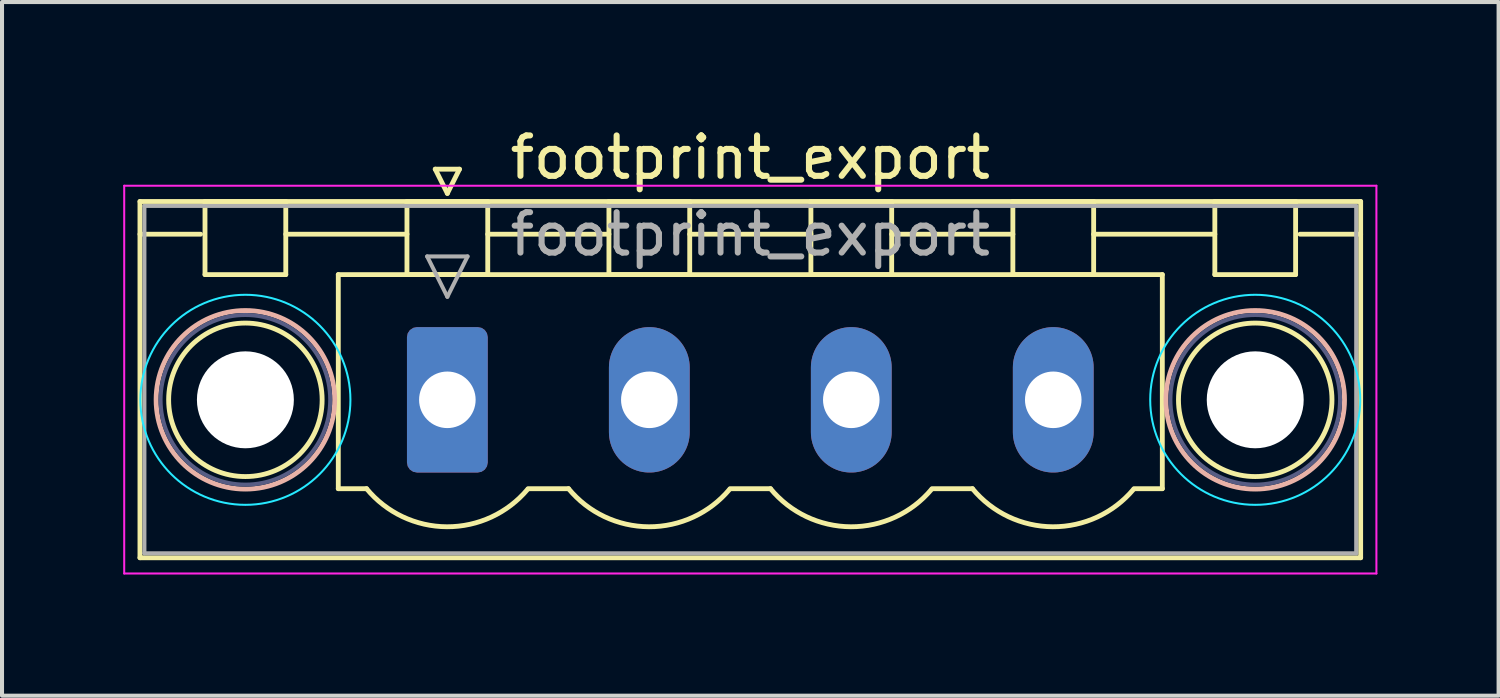
<source format=kicad_pcb>
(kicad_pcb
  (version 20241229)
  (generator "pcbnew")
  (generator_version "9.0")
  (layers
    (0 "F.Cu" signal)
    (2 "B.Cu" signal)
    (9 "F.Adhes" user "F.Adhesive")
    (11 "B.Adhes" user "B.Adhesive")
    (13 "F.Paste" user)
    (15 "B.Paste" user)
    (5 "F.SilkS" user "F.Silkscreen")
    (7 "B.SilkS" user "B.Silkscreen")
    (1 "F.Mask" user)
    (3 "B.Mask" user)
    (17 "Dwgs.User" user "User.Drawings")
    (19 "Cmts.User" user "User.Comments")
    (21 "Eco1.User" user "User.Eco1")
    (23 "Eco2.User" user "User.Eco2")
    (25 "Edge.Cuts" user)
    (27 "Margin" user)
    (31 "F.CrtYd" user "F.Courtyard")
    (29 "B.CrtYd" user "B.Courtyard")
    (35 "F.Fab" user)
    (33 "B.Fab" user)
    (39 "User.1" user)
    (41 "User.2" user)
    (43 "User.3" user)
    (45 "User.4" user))
  (footprint "footprint_export"
    (layer "F.Cu")
    (at 8.025 6.848)
    (property "Reference" "footprint_export" (at 7.5 -6 0) (layer "F.SilkS") (effects (font (size 1 1) (thickness 0.15))))
    (attr through_hole)
    (fp_line (start -7.61 -4.91) (end -7.61 3.91) (stroke (width 0.12) (type solid)) (layer "F.SilkS"))
    (fp_line (start -7.61 -4.1) (end -6.11 -4.1) (stroke (width 0.12) (type solid)) (layer "F.SilkS"))
    (fp_line (start -7.61 3.91) (end 22.61 3.91) (stroke (width 0.12) (type solid)) (layer "F.SilkS"))
    (fp_line (start -6 -4.91) (end -4 -4.91) (stroke (width 0.12) (type solid)) (layer "F.SilkS"))
    (fp_line (start -6 -3.1) (end -6 -4.91) (stroke (width 0.12) (type solid)) (layer "F.SilkS"))
    (fp_line (start -4 -4.91) (end -4 -3.1) (stroke (width 0.12) (type solid)) (layer "F.SilkS"))
    (fp_line (start -4 -4.1) (end -1 -4.1) (stroke (width 0.12) (type solid)) (layer "F.SilkS"))
    (fp_line (start -4 -3.1) (end -6 -3.1) (stroke (width 0.12) (type solid)) (layer "F.SilkS"))
    (fp_line (start -2.7 -3.1) (end 17.7 -3.1) (stroke (width 0.12) (type solid)) (layer "F.SilkS"))
    (fp_line (start -2.7 2.2) (end -2.7 -3.1) (stroke (width 0.12) (type solid)) (layer "F.SilkS"))
    (fp_line (start -2 2.2) (end -2.7 2.2) (stroke (width 0.12) (type solid)) (layer "F.SilkS"))
    (fp_line (start -1 -4.91) (end 1 -4.91) (stroke (width 0.12) (type solid)) (layer "F.SilkS"))
    (fp_line (start -1 -3.1) (end -1 -4.91) (stroke (width 0.12) (type solid)) (layer "F.SilkS"))
    (fp_line (start -0.3 -5.71) (end 0.3 -5.71) (stroke (width 0.12) (type solid)) (layer "F.SilkS"))
    (fp_line (start 0 -5.11) (end -0.3 -5.71) (stroke (width 0.12) (type solid)) (layer "F.SilkS"))
    (fp_line (start 0.3 -5.71) (end 0 -5.11) (stroke (width 0.12) (type solid)) (layer "F.SilkS"))
    (fp_line (start 1 -4.91) (end 1 -3.1) (stroke (width 0.12) (type solid)) (layer "F.SilkS"))
    (fp_line (start 1 -4.1) (end 4 -4.1) (stroke (width 0.12) (type solid)) (layer "F.SilkS"))
    (fp_line (start 1 -3.1) (end -1 -3.1) (stroke (width 0.12) (type solid)) (layer "F.SilkS"))
    (fp_line (start 2 2.2) (end 3 2.2) (stroke (width 0.12) (type solid)) (layer "F.SilkS"))
    (fp_line (start 4 -4.91) (end 6 -4.91) (stroke (width 0.12) (type solid)) (layer "F.SilkS"))
    (fp_line (start 4 -3.1) (end 4 -4.91) (stroke (width 0.12) (type solid)) (layer "F.SilkS"))
    (fp_line (start 6 -4.91) (end 6 -3.1) (stroke (width 0.12) (type solid)) (layer "F.SilkS"))
    (fp_line (start 6 -4.1) (end 9 -4.1) (stroke (width 0.12) (type solid)) (layer "F.SilkS"))
    (fp_line (start 6 -3.1) (end 4 -3.1) (stroke (width 0.12) (type solid)) (layer "F.SilkS"))
    (fp_line (start 7 2.2) (end 8 2.2) (stroke (width 0.12) (type solid)) (layer "F.SilkS"))
    (fp_line (start 9 -4.91) (end 11 -4.91) (stroke (width 0.12) (type solid)) (layer "F.SilkS"))
    (fp_line (start 9 -3.1) (end 9 -4.91) (stroke (width 0.12) (type solid)) (layer "F.SilkS"))
    (fp_line (start 11 -4.91) (end 11 -3.1) (stroke (width 0.12) (type solid)) (layer "F.SilkS"))
    (fp_line (start 11 -4.1) (end 14 -4.1) (stroke (width 0.12) (type solid)) (layer "F.SilkS"))
    (fp_line (start 11 -3.1) (end 9 -3.1) (stroke (width 0.12) (type solid)) (layer "F.SilkS"))
    (fp_line (start 12 2.2) (end 13 2.2) (stroke (width 0.12) (type solid)) (layer "F.SilkS"))
    (fp_line (start 14 -4.91) (end 16 -4.91) (stroke (width 0.12) (type solid)) (layer "F.SilkS"))
    (fp_line (start 14 -3.1) (end 14 -4.91) (stroke (width 0.12) (type solid)) (layer "F.SilkS"))
    (fp_line (start 16 -4.91) (end 16 -3.1) (stroke (width 0.12) (type solid)) (layer "F.SilkS"))
    (fp_line (start 16 -4.1) (end 19 -4.1) (stroke (width 0.12) (type solid)) (layer "F.SilkS"))
    (fp_line (start 16 -3.1) (end 14 -3.1) (stroke (width 0.12) (type solid)) (layer "F.SilkS"))
    (fp_line (start 17.7 -3.1) (end 17.7 2.2) (stroke (width 0.12) (type solid)) (layer "F.SilkS"))
    (fp_line (start 17.7 2.2) (end 17 2.2) (stroke (width 0.12) (type solid)) (layer "F.SilkS"))
    (fp_line (start 19 -4.91) (end 21 -4.91) (stroke (width 0.12) (type solid)) (layer "F.SilkS"))
    (fp_line (start 19 -3.1) (end 19 -4.91) (stroke (width 0.12) (type solid)) (layer "F.SilkS"))
    (fp_line (start 21 -4.91) (end 21 -3.1) (stroke (width 0.12) (type solid)) (layer "F.SilkS"))
    (fp_line (start 21 -3.1) (end 19 -3.1) (stroke (width 0.12) (type solid)) (layer "F.SilkS"))
    (fp_line (start 22.61 -4.91) (end -7.61 -4.91) (stroke (width 0.12) (type solid)) (layer "F.SilkS"))
    (fp_line (start 22.61 -4.1) (end 21.11 -4.1) (stroke (width 0.12) (type solid)) (layer "F.SilkS"))
    (fp_line (start 22.61 3.91) (end 22.61 -4.91) (stroke (width 0.12) (type solid)) (layer "F.SilkS"))
    (fp_arc (start 1.986842 2.215821) (mid -0.010289 3.142758) (end -2 2.2) (stroke (width 0.12) (type solid)) (layer "F.SilkS"))
    (fp_arc (start 6.986842 2.215821) (mid 4.989711 3.142758) (end 3 2.2) (stroke (width 0.12) (type solid)) (layer "F.SilkS"))
    (fp_arc (start 11.986842 2.215821) (mid 9.989711 3.142758) (end 8 2.2) (stroke (width 0.12) (type solid)) (layer "F.SilkS"))
    (fp_arc (start 16.986842 2.215821) (mid 14.989711 3.142758) (end 13 2.2) (stroke (width 0.12) (type solid)) (layer "F.SilkS"))
    (fp_circle (center -5 0) (end -3.1 0) (stroke (width 0.12) (type solid)) (fill no) (layer "F.SilkS"))
    (fp_circle (center 20 0) (end 21.9 0) (stroke (width 0.12) (type solid)) (fill no) (layer "F.SilkS"))
    (fp_circle (center -5 0) (end -2.79 0) (stroke (width 0.12) (type solid)) (fill no) (layer "B.SilkS"))
    (fp_circle (center 20 0) (end 22.21 0) (stroke (width 0.12) (type solid)) (fill no) (layer "B.SilkS"))
    (fp_circle (center -5 0) (end -2.4 0) (stroke (width 0.05) (type solid)) (fill no) (layer "B.CrtYd"))
    (fp_circle (center 20 0) (end 22.6 0) (stroke (width 0.05) (type solid)) (fill no) (layer "B.CrtYd"))
    (fp_line (start -8 -5.3) (end -8 4.3) (stroke (width 0.05) (type solid)) (layer "F.CrtYd"))
    (fp_line (start -8 4.3) (end 23 4.3) (stroke (width 0.05) (type solid)) (layer "F.CrtYd"))
    (fp_line (start 23 -5.3) (end -8 -5.3) (stroke (width 0.05) (type solid)) (layer "F.CrtYd"))
    (fp_line (start 23 4.3) (end 23 -5.3) (stroke (width 0.05) (type solid)) (layer "F.CrtYd"))
    (fp_circle (center -5 0) (end -2.9 0) (stroke (width 0.1) (type solid)) (fill no) (layer "B.Fab"))
    (fp_circle (center 20 0) (end 22.1 0) (stroke (width 0.1) (type solid)) (fill no) (layer "B.Fab"))
    (fp_line (start -7.5 -4.8) (end -7.5 3.8) (stroke (width 0.1) (type solid)) (layer "F.Fab"))
    (fp_line (start -7.5 3.8) (end 22.5 3.8) (stroke (width 0.1) (type solid)) (layer "F.Fab"))
    (fp_line (start -0.5 -3.55) (end 0.5 -3.55) (stroke (width 0.1) (type solid)) (layer "F.Fab"))
    (fp_line (start 0 -2.55) (end -0.5 -3.55) (stroke (width 0.1) (type solid)) (layer "F.Fab"))
    (fp_line (start 0.5 -3.55) (end 0 -2.55) (stroke (width 0.1) (type solid)) (layer "F.Fab"))
    (fp_line (start 22.5 -4.8) (end -7.5 -4.8) (stroke (width 0.1) (type solid)) (layer "F.Fab"))
    (fp_line (start 22.5 3.8) (end 22.5 -4.8) (stroke (width 0.1) (type solid)) (layer "F.Fab"))
    (fp_text user "${REFERENCE}" (at 7.5 -4.1 0) (layer "F.Fab") (effects (font (size 1 1) (thickness 0.15))))
    (pad "" np_thru_hole circle (at -5 0) (size 2.4 2.4) (drill 2.4) (layers "*.Cu" "*.Mask"))
    (pad "" np_thru_hole circle (at 20 0) (size 2.4 2.4) (drill 2.4) (layers "*.Cu" "*.Mask"))
    (pad "1" thru_hole roundrect (at 0 0) (size 2 3.6) (drill 1.4) (layers "*.Cu" "*.Mask") (roundrect_rratio 0.125))
    (pad "2" thru_hole oval (at 5 0) (size 2 3.6) (drill 1.4) (layers "*.Cu" "*.Mask"))
    (pad "3" thru_hole oval (at 10 0) (size 2 3.6) (drill 1.4) (layers "*.Cu" "*.Mask"))
    (pad "4" thru_hole oval (at 15 0) (size 2 3.6) (drill 1.4) (layers "*.Cu" "*.Mask")))
  (gr_rect
    (start -3 -3)
    (end 34.05 14.173)
    (stroke (width 0.1) (type default))
    (fill no)
    (layer "Edge.Cuts")))
</source>
